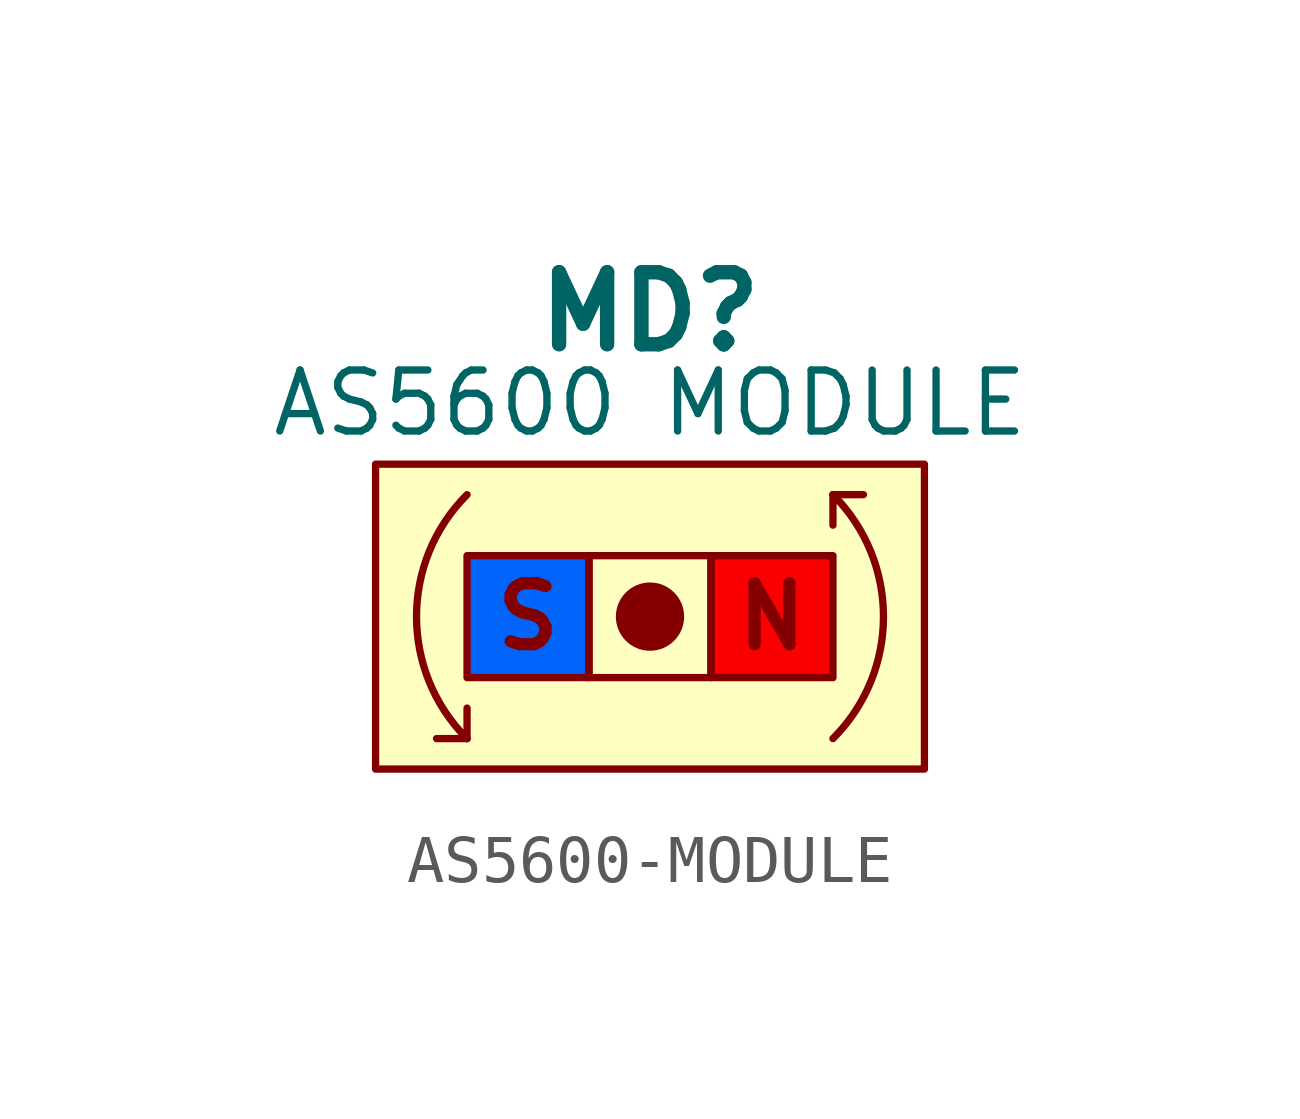
<source format=kicad_sym>
(kicad_symbol_lib
  (version 20231120)
  (generator "kicad_symbol_editor")
  (generator_version "8.0")
  (symbol "AS5600-MODULE"
    (property "Reference" "MD"
      (at 0 0 0)
      (effects (font (size 1.5 1.5) (bold yes))))
    (property "Value" "AS5600 MODULE"
      (at 0 -1.905 0)
      (effects (font (size 1.27 1.27))))
    (symbol "AS5600-MODULE_1_1"
      (rectangle (start -5.715 -3.175) (end 5.715 -9.525) (stroke (width 0) (type default)) (fill (type background)))
      (rectangle (start -3.81 -5.08) (end -1.27 -7.62) (stroke (width 0) (type default)) (fill (type color) (color 0 100 250 1)))
      (arc (start -3.81 -3.81) (mid -4.8621 -6.35) (end -3.81 -8.89) (stroke (width 0) (type default)) (fill (type none)))
      (rectangle (start -1.27 -5.08) (end 1.27 -7.62) (stroke (width 0) (type default)) (fill (type none)))
      (circle (center 0 -6.35) (radius 0.635) (stroke (width 0) (type default)) (fill (type outline)))
      (polyline (pts (xy -4.445 -8.89) (xy -3.81 -8.89)) (stroke (width 0) (type default)) (fill (type none)))
      (polyline (pts (xy -3.81 -8.89) (xy -3.81 -8.255)) (stroke (width 0) (type default)) (fill (type none)))
      (polyline (pts (xy 3.81 -3.81) (xy 3.81 -4.445)) (stroke (width 0) (type default)) (fill (type none)))
      (polyline (pts (xy 3.81 -3.81) (xy 4.445 -3.81)) (stroke (width 0) (type default)) (fill (type none)))
      (rectangle (start 1.27 -5.08) (end 3.81 -7.62) (stroke (width 0) (type default)) (fill (type color) (color 250 0 0 1)))
      (arc (start 3.81 -8.89) (mid 4.8621 -6.35) (end 3.81 -3.81) (stroke (width 0) (type default)) (fill (type none)))
      (text "N" (at 2.54 -6.35 0) (effects (font (size 1.27 1.27) (bold yes))))
      (text "S" (at -2.54 -6.35 0) (effects (font (size 1.27 1.27) (bold yes)))))))
</source>
